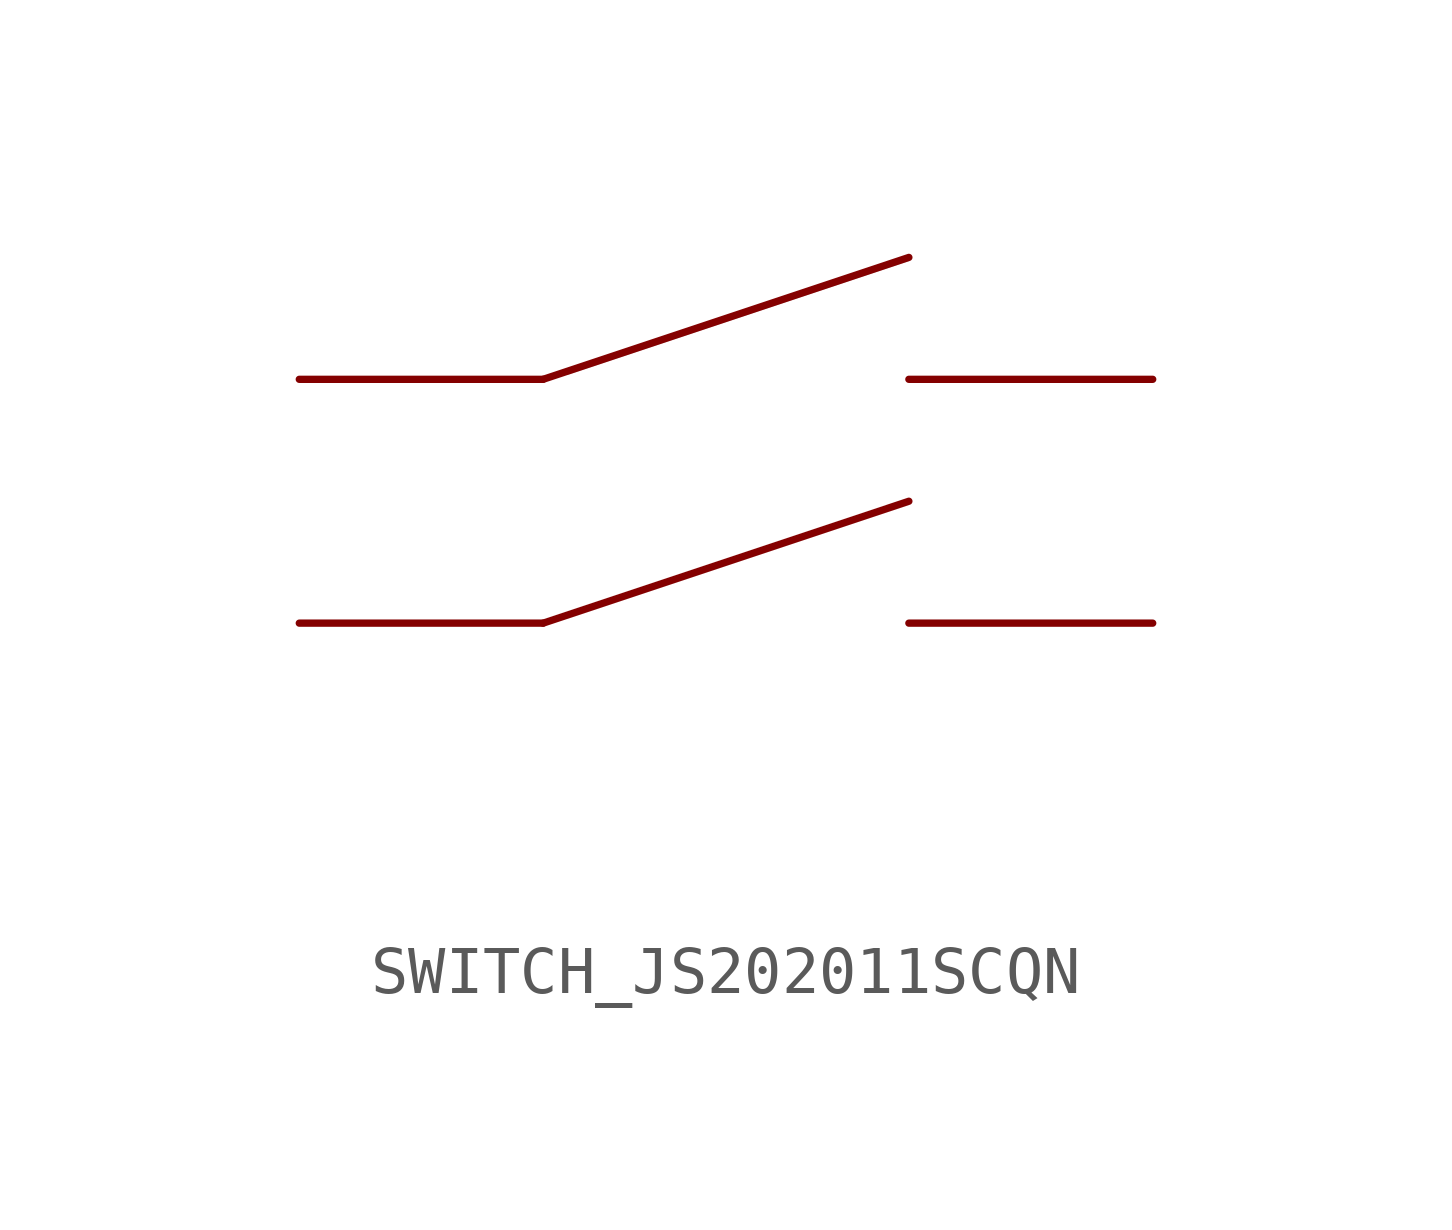
<source format=kicad_sym>
(kicad_symbol_lib
  (version 20231120)
  (generator "kicad_symbol_editor")
  (generator_version "8.0")
  (symbol "SWITCH_JS202011SCQN"
    (property "Reference" ""
      (at -20.32 12.7 0)
      (effects (font (size 1.27 1.079)) (justify left bottom) (hide yes)))
    (property "Value" ""
      (at -20.32 0 0)
      (effects (font (size 1.27 1.079)) (justify left bottom)))
    (property "ki_locked" ""
      (at 0 0 0)
      (effects (font (size 1.27 1.27))))
    (symbol "SWITCH_JS202011SCQN_1_0"
      (polyline (pts (xy -15.24 5.08) (xy -7.62 7.62)) (stroke (width 0.152) (type solid)) (fill (type none)))
      (polyline (pts (xy -15.24 10.16) (xy -7.62 12.7)) (stroke (width 0.152) (type solid)) (fill (type none)))
      (pin bidirectional line (at -20.32 10.16 0) (length 5.08) (name "A2" (effects (font (size 0 0)))) (number "2" (effects (font (size 0 0)))))
      (pin bidirectional line (at -2.54 10.16 180) (length 5.08) (name "B2" (effects (font (size 0 0)))) (number "3" (effects (font (size 0 0)))))
      (pin bidirectional line (at -20.32 5.08 0) (length 5.08) (name "A1" (effects (font (size 0 0)))) (number "5" (effects (font (size 0 0)))))
      (pin bidirectional line (at -2.54 5.08 180) (length 5.08) (name "B1" (effects (font (size 0 0)))) (number "6" (effects (font (size 0 0))))))))
</source>
